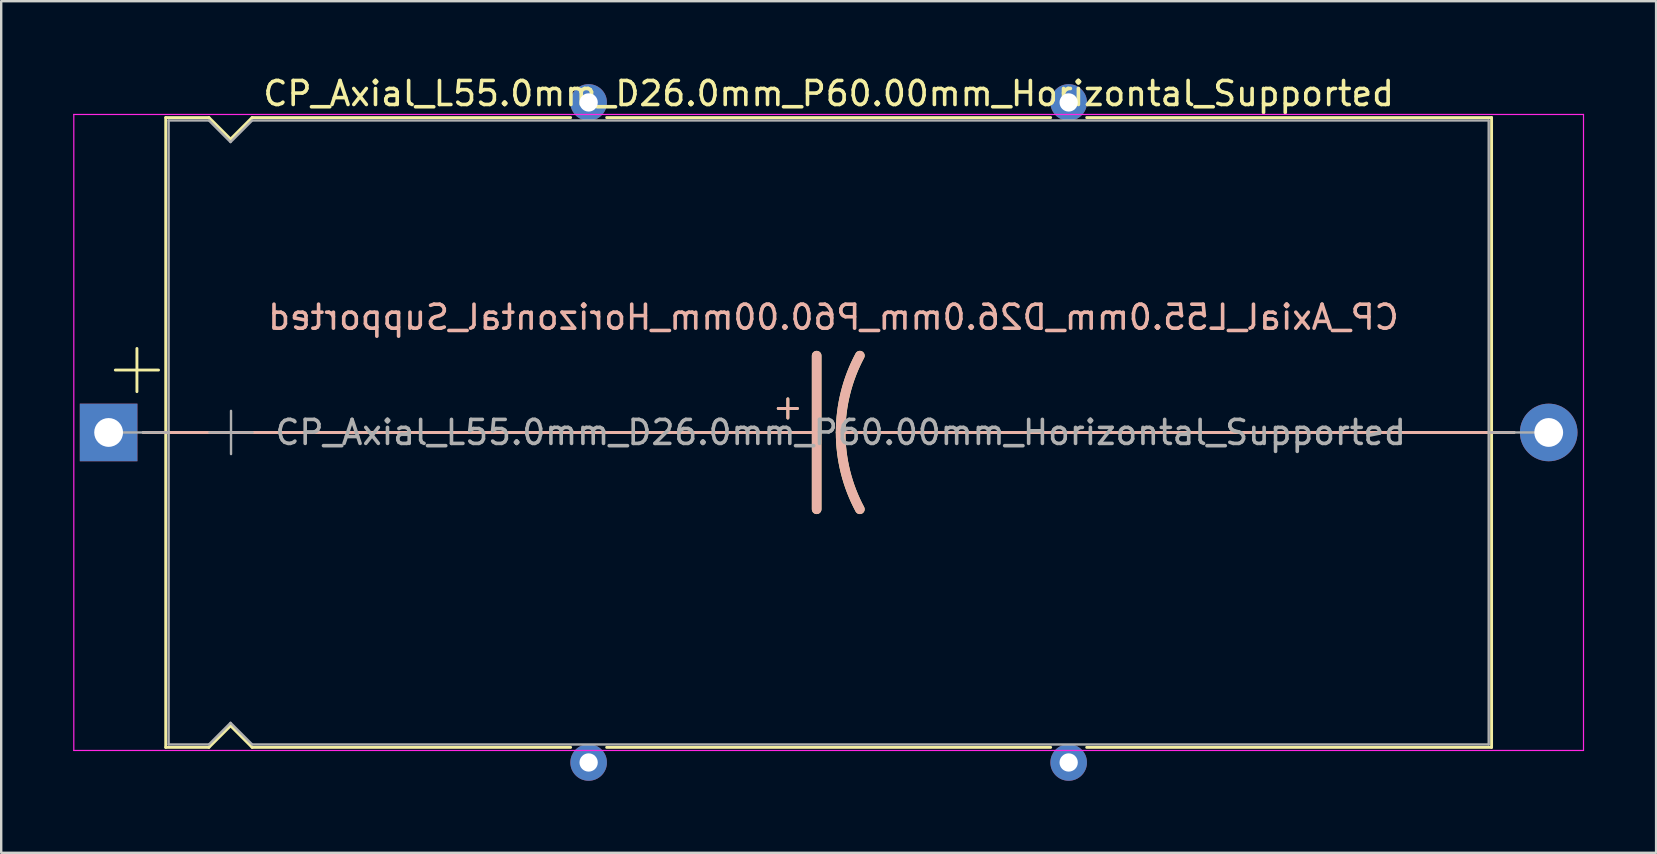
<source format=kicad_pcb>
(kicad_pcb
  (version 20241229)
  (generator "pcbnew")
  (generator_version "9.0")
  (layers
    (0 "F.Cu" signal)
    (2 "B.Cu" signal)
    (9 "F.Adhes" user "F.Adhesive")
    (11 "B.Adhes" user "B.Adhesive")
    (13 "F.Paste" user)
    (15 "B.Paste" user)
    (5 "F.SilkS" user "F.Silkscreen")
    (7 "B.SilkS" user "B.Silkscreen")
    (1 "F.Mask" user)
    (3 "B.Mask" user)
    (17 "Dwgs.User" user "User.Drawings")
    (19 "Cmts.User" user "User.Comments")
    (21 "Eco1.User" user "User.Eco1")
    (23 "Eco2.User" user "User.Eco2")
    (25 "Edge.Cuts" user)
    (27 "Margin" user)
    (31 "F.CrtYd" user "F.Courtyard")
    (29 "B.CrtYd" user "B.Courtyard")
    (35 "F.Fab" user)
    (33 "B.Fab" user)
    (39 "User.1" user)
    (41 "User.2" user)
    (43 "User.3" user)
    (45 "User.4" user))
  (footprint "CP_Axial_L55.0mm_D26.0mm_P60.00mm_Horizontal_Supported"
    (layer "F.Cu")
    (at 1.475 14.968)
    (property "Reference" "CP_Axial_L55.0mm_D26.0mm_P60.00mm_Horizontal_Supported" (at 30 -14.12 0) (layer "F.SilkS") (effects (font (size 1 1) (thickness 0.15))))
    (fp_line (start 0.28 -2.6) (end 2.08 -2.6) (stroke (width 0.12) (type solid)) (layer "F.SilkS"))
    (fp_line (start 1.18 -3.5) (end 1.18 -1.7) (stroke (width 0.12) (type solid)) (layer "F.SilkS"))
    (fp_line (start 1.44 0) (end 2.38 0) (stroke (width 0.12) (type solid)) (layer "F.SilkS"))
    (fp_line (start 2.38 -13.12) (end 2.38 13.12) (stroke (width 0.12) (type solid)) (layer "F.SilkS"))
    (fp_line (start 2.38 -13.12) (end 4.18 -13.12) (stroke (width 0.12) (type solid)) (layer "F.SilkS"))
    (fp_line (start 2.38 0) (end 29.5 0) (stroke (width 0.12) (type solid)) (layer "F.SilkS"))
    (fp_line (start 2.38 13.12) (end 4.18 13.12) (stroke (width 0.12) (type solid)) (layer "F.SilkS"))
    (fp_line (start 4.18 -13.12) (end 5.08 -12.22) (stroke (width 0.12) (type solid)) (layer "F.SilkS"))
    (fp_line (start 4.18 13.12) (end 5.08 12.22) (stroke (width 0.12) (type solid)) (layer "F.SilkS"))
    (fp_line (start 5.08 -12.22) (end 5.98 -13.12) (stroke (width 0.12) (type solid)) (layer "F.SilkS"))
    (fp_line (start 5.08 12.22) (end 5.98 13.12) (stroke (width 0.12) (type solid)) (layer "F.SilkS"))
    (fp_line (start 5.98 -13.12) (end 19.25 -13.12) (stroke (width 0.12) (type solid)) (layer "F.SilkS"))
    (fp_line (start 5.98 13.12) (end 19.25 13.12) (stroke (width 0.12) (type solid)) (layer "F.SilkS"))
    (fp_line (start 20.75 -13.12) (end 39.25 -13.12) (stroke (width 0.12) (type solid)) (layer "F.SilkS"))
    (fp_line (start 20.75 13.12) (end 39.25 13.12) (stroke (width 0.12) (type solid)) (layer "F.SilkS"))
    (fp_line (start 27.9 -1) (end 28.7 -1) (stroke (width 0.12) (type solid)) (layer "F.SilkS"))
    (fp_line (start 28.3 -1.4) (end 28.3 -0.6) (stroke (width 0.12) (type solid)) (layer "F.SilkS"))
    (fp_line (start 29.5 0) (end 29.5 -3.2) (stroke (width 0.4) (type solid)) (layer "F.SilkS"))
    (fp_line (start 29.5 0) (end 29.5 3.2) (stroke (width 0.4) (type solid)) (layer "F.SilkS"))
    (fp_line (start 40.75 -13.12) (end 57.62 -13.12) (stroke (width 0.12) (type solid)) (layer "F.SilkS"))
    (fp_line (start 40.75 13.12) (end 57.62 13.12) (stroke (width 0.12) (type solid)) (layer "F.SilkS"))
    (fp_line (start 57.62 -13.12) (end 57.62 13.12) (stroke (width 0.12) (type solid)) (layer "F.SilkS"))
    (fp_line (start 57.62 0) (end 30.5 0) (stroke (width 0.12) (type solid)) (layer "F.SilkS"))
    (fp_line (start 58.56 0) (end 57.62 0) (stroke (width 0.12) (type solid)) (layer "F.SilkS"))
    (fp_arc (start 30.5 0) (mid 30.703545 -1.649114) (end 31.3 -3.2) (stroke (width 0.4) (type solid)) (layer "F.SilkS"))
    (fp_arc (start 31.3 3.2) (mid 30.700704 1.649824) (end 30.5 0) (stroke (width 0.4) (type solid)) (layer "F.SilkS"))
    (fp_line (start 1.45 0) (end 20.88 0) (stroke (width 0.12) (type solid)) (layer "B.SilkS"))
    (fp_line (start 2.38 0) (end 29.5 0) (stroke (width 0.12) (type solid)) (layer "B.SilkS"))
    (fp_line (start 27.9 -1) (end 28.7 -1) (stroke (width 0.12) (type solid)) (layer "B.SilkS"))
    (fp_line (start 28.3 -0.6) (end 28.3 -1.4) (stroke (width 0.12) (type solid)) (layer "B.SilkS"))
    (fp_line (start 29.5 0) (end 29.5 -3.2) (stroke (width 0.4) (type solid)) (layer "B.SilkS"))
    (fp_line (start 29.5 0) (end 29.5 3.2) (stroke (width 0.4) (type solid)) (layer "B.SilkS"))
    (fp_line (start 57.62 0) (end 30.5 0) (stroke (width 0.12) (type solid)) (layer "B.SilkS"))
    (fp_line (start 58.55 0) (end 39.12 0) (stroke (width 0.12) (type solid)) (layer "B.SilkS"))
    (fp_arc (start 30.5 0) (mid 30.700703 -1.649824) (end 31.3 -3.2) (stroke (width 0.4) (type solid)) (layer "B.SilkS"))
    (fp_arc (start 31.3 3.2) (mid 30.703544 1.649114) (end 30.5 0) (stroke (width 0.4) (type solid)) (layer "B.SilkS"))
    (fp_line (start -1.45 -13.25) (end -1.45 13.25) (stroke (width 0.05) (type solid)) (layer "F.CrtYd"))
    (fp_line (start -1.45 13.25) (end 61.45 13.25) (stroke (width 0.05) (type solid)) (layer "F.CrtYd"))
    (fp_line (start 61.45 -13.25) (end -1.45 -13.25) (stroke (width 0.05) (type solid)) (layer "F.CrtYd"))
    (fp_line (start 61.45 13.25) (end 61.45 -13.25) (stroke (width 0.05) (type solid)) (layer "F.CrtYd"))
    (fp_line (start 0 0) (end 2.5 0) (stroke (width 0.1) (type solid)) (layer "F.Fab"))
    (fp_line (start 2.5 -13) (end 2.5 13) (stroke (width 0.1) (type solid)) (layer "F.Fab"))
    (fp_line (start 2.5 -13) (end 4.18 -13) (stroke (width 0.1) (type solid)) (layer "F.Fab"))
    (fp_line (start 2.5 13) (end 4.18 13) (stroke (width 0.1) (type solid)) (layer "F.Fab"))
    (fp_line (start 4.18 -13) (end 5.08 -12.1) (stroke (width 0.1) (type solid)) (layer "F.Fab"))
    (fp_line (start 4.18 13) (end 5.08 12.1) (stroke (width 0.1) (type solid)) (layer "F.Fab"))
    (fp_line (start 4.2 0) (end 6 0) (stroke (width 0.1) (type solid)) (layer "F.Fab"))
    (fp_line (start 5.08 -12.1) (end 5.98 -13) (stroke (width 0.1) (type solid)) (layer "F.Fab"))
    (fp_line (start 5.08 12.1) (end 5.98 13) (stroke (width 0.1) (type solid)) (layer "F.Fab"))
    (fp_line (start 5.1 -0.9) (end 5.1 0.9) (stroke (width 0.1) (type solid)) (layer "F.Fab"))
    (fp_line (start 5.98 -13) (end 57.5 -13) (stroke (width 0.1) (type solid)) (layer "F.Fab"))
    (fp_line (start 5.98 13) (end 57.5 13) (stroke (width 0.1) (type solid)) (layer "F.Fab"))
    (fp_line (start 57.5 -13) (end 57.5 13) (stroke (width 0.1) (type solid)) (layer "F.Fab"))
    (fp_line (start 60 0) (end 57.5 0) (stroke (width 0.1) (type solid)) (layer "F.Fab"))
    (fp_text user "${REFERENCE}" (at 30.2 -4.8 0) (layer "B.SilkS") (effects (font (size 1 1) (thickness 0.15)) (justify mirror)))
    (fp_text user "${REFERENCE}" (at 30.5 0 0) (layer "F.Fab") (effects (font (size 1 1) (thickness 0.15))))
    (pad "" thru_hole circle (at 20 -13.75) (size 1.524 1.524) (drill 0.762) (layers "*.Cu" "*.Mask"))
    (pad "" thru_hole circle (at 20 13.75) (size 1.524 1.524) (drill 0.762) (layers "*.Cu" "*.Mask"))
    (pad "" thru_hole circle (at 40 -13.75) (size 1.524 1.524) (drill 0.762) (layers "*.Cu" "*.Mask"))
    (pad "" thru_hole circle (at 40 13.75) (size 1.524 1.524) (drill 0.762) (layers "*.Cu" "*.Mask"))
    (pad "1" thru_hole rect (at 0 0) (size 2.4 2.4) (drill 1.2) (layers "*.Cu" "*.Mask"))
    (pad "2" thru_hole oval (at 60 0) (size 2.4 2.4) (drill 1.2) (layers "*.Cu" "*.Mask")))
  (gr_rect
    (start -3 -3)
    (end 65.95 32.48)
    (stroke (width 0.1) (type default))
    (fill no)
    (layer "Edge.Cuts")))
</source>
